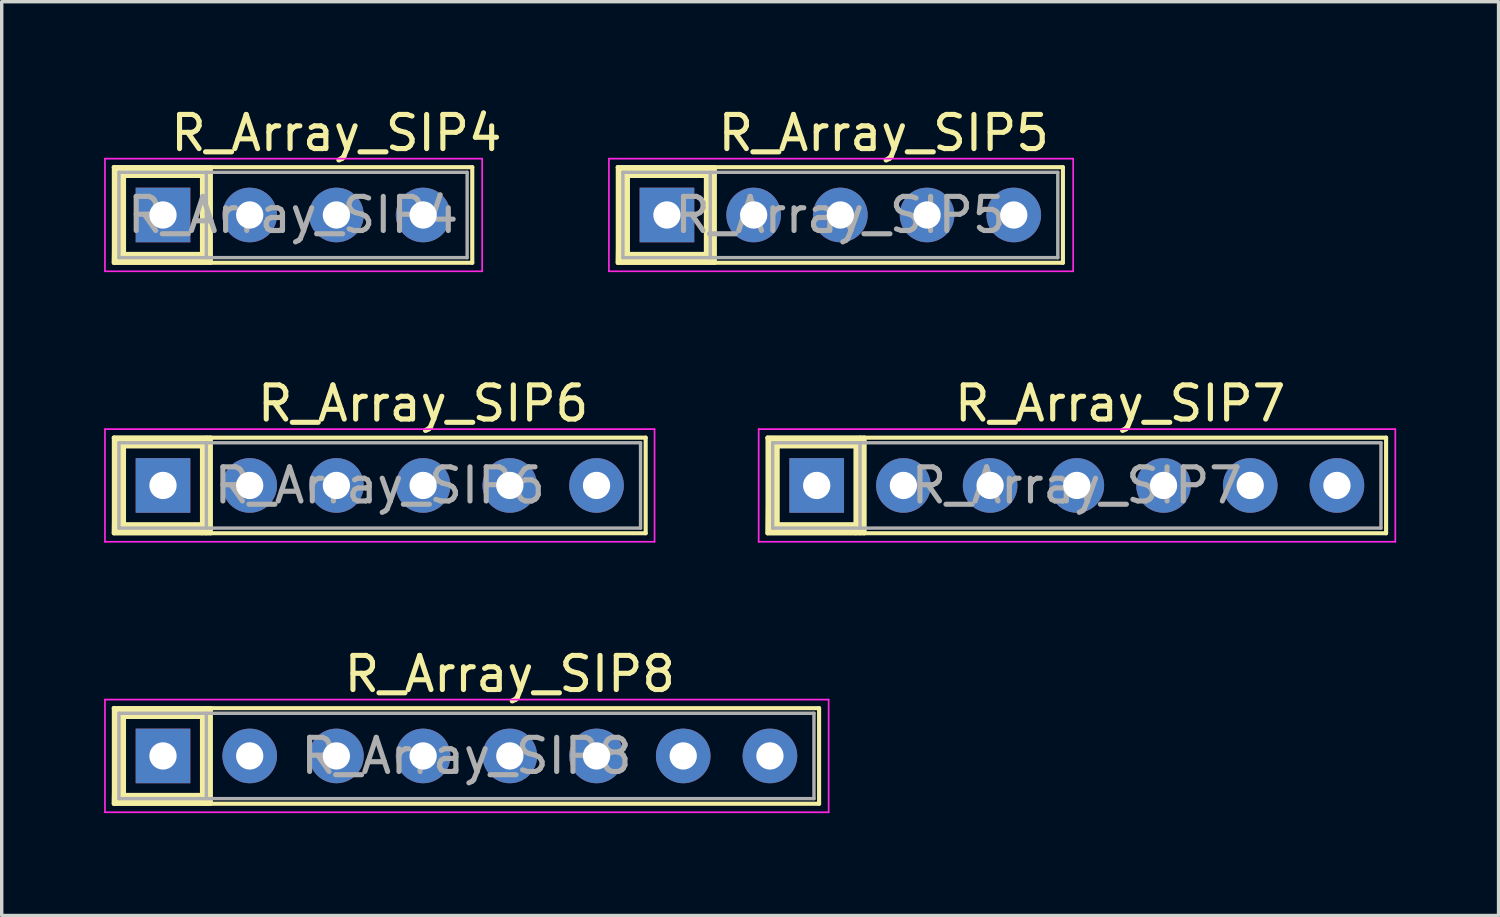
<source format=kicad_pcb>
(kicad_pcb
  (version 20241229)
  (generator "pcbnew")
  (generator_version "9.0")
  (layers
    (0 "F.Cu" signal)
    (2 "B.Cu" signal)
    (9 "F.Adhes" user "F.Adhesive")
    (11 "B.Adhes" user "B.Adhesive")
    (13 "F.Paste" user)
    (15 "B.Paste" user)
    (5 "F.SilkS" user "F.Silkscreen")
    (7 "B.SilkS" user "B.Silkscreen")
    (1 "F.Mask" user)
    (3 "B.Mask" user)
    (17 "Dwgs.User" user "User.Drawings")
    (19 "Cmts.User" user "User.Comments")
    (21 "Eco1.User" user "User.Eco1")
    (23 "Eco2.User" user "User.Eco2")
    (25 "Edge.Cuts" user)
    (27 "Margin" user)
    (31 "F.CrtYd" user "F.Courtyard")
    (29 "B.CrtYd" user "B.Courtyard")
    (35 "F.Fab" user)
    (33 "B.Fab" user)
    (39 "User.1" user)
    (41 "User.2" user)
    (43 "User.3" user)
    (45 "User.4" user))
  (footprint "R_Array_SIP6"
    (layer "F.Cu")
    (at 1.725 11.171)
    (property "Reference" "R_Array_SIP6" (at 7.62 -2.4 0) (layer "F.SilkS") (effects (font (size 1 1) (thickness 0.15))))
    (attr through_hole)
    (fp_line (start -1.44 -1.4) (end -1.44 1.4) (stroke (width 0.12) (type solid)) (layer "F.SilkS"))
    (fp_line (start -1.44 1.4) (end 14.14 1.4) (stroke (width 0.12) (type solid)) (layer "F.SilkS"))
    (fp_line (start 1.143 -1.143) (end 1.143 1.143) (stroke (width 0.12) (type solid)) (layer "F.SilkS"))
    (fp_line (start 1.143 1.143) (end -1.143 1.143) (stroke (width 0.12) (type solid)) (layer "F.SilkS"))
    (fp_line (start 1.27 -1.4) (end 1.27 1.4) (stroke (width 0.12) (type solid)) (layer "F.SilkS"))
    (fp_line (start 1.397 -1.4) (end 1.397 1.4) (stroke (width 0.12) (type solid)) (layer "F.SilkS"))
    (fp_line (start 14.14 -1.4) (end -1.44 -1.4) (stroke (width 0.12) (type solid)) (layer "F.SilkS"))
    (fp_line (start 14.14 1.4) (end 14.14 -1.4) (stroke (width 0.12) (type solid)) (layer "F.SilkS"))
    (fp_poly (pts (xy -1.143 1.143) (xy 1.143 1.143) (xy 1.143 1.4) (xy -1.44 1.4) (xy -1.397 -1.143) (xy -1.143 -1.143)) (stroke (width 0.12) (type solid)) (fill yes) (layer "F.SilkS"))
    (fp_poly (pts (xy 1.397 1.4) (xy 1.143 1.4) (xy 1.143 -1.143) (xy -1.397 -1.143) (xy -1.44 -1.4) (xy 1.397 -1.4)) (stroke (width 0.12) (type solid)) (fill yes) (layer "F.SilkS"))
    (fp_line (start -1.7 -1.65) (end -1.7 1.65) (stroke (width 0.05) (type solid)) (layer "F.CrtYd"))
    (fp_line (start -1.7 1.65) (end 14.4 1.65) (stroke (width 0.05) (type solid)) (layer "F.CrtYd"))
    (fp_line (start 14.4 -1.65) (end -1.7 -1.65) (stroke (width 0.05) (type solid)) (layer "F.CrtYd"))
    (fp_line (start 14.4 1.65) (end 14.4 -1.65) (stroke (width 0.05) (type solid)) (layer "F.CrtYd"))
    (fp_line (start -1.29 -1.25) (end -1.29 1.25) (stroke (width 0.1) (type solid)) (layer "F.Fab"))
    (fp_line (start -1.29 1.25) (end 13.99 1.25) (stroke (width 0.1) (type solid)) (layer "F.Fab"))
    (fp_line (start 1.27 -1.25) (end 1.27 1.25) (stroke (width 0.1) (type solid)) (layer "F.Fab"))
    (fp_line (start 13.99 -1.25) (end -1.29 -1.25) (stroke (width 0.1) (type solid)) (layer "F.Fab"))
    (fp_line (start 13.99 1.25) (end 13.99 -1.25) (stroke (width 0.1) (type solid)) (layer "F.Fab"))
    (fp_text user "${REFERENCE}" (at 6.35 0 0) (layer "F.Fab") (effects (font (size 1 1) (thickness 0.15))))
    (pad "1" thru_hole rect (at 0 0) (size 1.6 1.6) (drill 0.8) (layers "*.Cu" "*.Mask"))
    (pad "2" thru_hole oval (at 2.54 0) (size 1.6 1.6) (drill 0.8) (layers "*.Cu" "*.Mask"))
    (pad "3" thru_hole oval (at 5.08 0) (size 1.6 1.6) (drill 0.8) (layers "*.Cu" "*.Mask"))
    (pad "4" thru_hole oval (at 7.62 0) (size 1.6 1.6) (drill 0.8) (layers "*.Cu" "*.Mask"))
    (pad "5" thru_hole oval (at 10.16 0) (size 1.6 1.6) (drill 0.8) (layers "*.Cu" "*.Mask"))
    (pad "6" thru_hole oval (at 12.7 0) (size 1.6 1.6) (drill 0.8) (layers "*.Cu" "*.Mask")))
  (footprint "R_Array_SIP8"
    (layer "F.Cu")
    (at 1.725 19.095)
    (property "Reference" "R_Array_SIP8" (at 10.16 -2.4 0) (layer "F.SilkS") (effects (font (size 1 1) (thickness 0.15))))
    (attr through_hole)
    (fp_line (start -1.44 -1.4) (end -1.44 1.4) (stroke (width 0.12) (type solid)) (layer "F.SilkS"))
    (fp_line (start -1.44 1.4) (end 19.22 1.4) (stroke (width 0.12) (type solid)) (layer "F.SilkS"))
    (fp_line (start 1.143 -1.143) (end 1.143 1.143) (stroke (width 0.12) (type solid)) (layer "F.SilkS"))
    (fp_line (start 1.143 1.143) (end -1.143 1.143) (stroke (width 0.12) (type solid)) (layer "F.SilkS"))
    (fp_line (start 1.27 -1.4) (end 1.27 1.4) (stroke (width 0.12) (type solid)) (layer "F.SilkS"))
    (fp_line (start 1.397 -1.4) (end 1.397 1.4) (stroke (width 0.12) (type solid)) (layer "F.SilkS"))
    (fp_line (start 19.22 -1.4) (end -1.44 -1.4) (stroke (width 0.12) (type solid)) (layer "F.SilkS"))
    (fp_line (start 19.22 1.4) (end 19.22 -1.4) (stroke (width 0.12) (type solid)) (layer "F.SilkS"))
    (fp_poly (pts (xy -1.143 1.143) (xy 1.143 1.143) (xy 1.143 1.4) (xy -1.44 1.4) (xy -1.397 -1.143) (xy -1.143 -1.143)) (stroke (width 0.12) (type solid)) (fill yes) (layer "F.SilkS"))
    (fp_poly (pts (xy 1.397 1.4) (xy 1.143 1.4) (xy 1.143 -1.143) (xy -1.397 -1.143) (xy -1.44 -1.4) (xy 1.397 -1.4)) (stroke (width 0.12) (type solid)) (fill yes) (layer "F.SilkS"))
    (fp_line (start -1.7 -1.65) (end -1.7 1.65) (stroke (width 0.05) (type solid)) (layer "F.CrtYd"))
    (fp_line (start -1.7 1.65) (end 19.5 1.65) (stroke (width 0.05) (type solid)) (layer "F.CrtYd"))
    (fp_line (start 19.5 -1.65) (end -1.7 -1.65) (stroke (width 0.05) (type solid)) (layer "F.CrtYd"))
    (fp_line (start 19.5 1.65) (end 19.5 -1.65) (stroke (width 0.05) (type solid)) (layer "F.CrtYd"))
    (fp_line (start -1.29 -1.25) (end -1.29 1.25) (stroke (width 0.1) (type solid)) (layer "F.Fab"))
    (fp_line (start -1.29 1.25) (end 19.07 1.25) (stroke (width 0.1) (type solid)) (layer "F.Fab"))
    (fp_line (start 1.27 -1.25) (end 1.27 1.25) (stroke (width 0.1) (type solid)) (layer "F.Fab"))
    (fp_line (start 19.07 -1.25) (end -1.29 -1.25) (stroke (width 0.1) (type solid)) (layer "F.Fab"))
    (fp_line (start 19.07 1.25) (end 19.07 -1.25) (stroke (width 0.1) (type solid)) (layer "F.Fab"))
    (fp_text user "${REFERENCE}" (at 8.89 0 0) (layer "F.Fab") (effects (font (size 1 1) (thickness 0.15))))
    (pad "1" thru_hole rect (at 0 0) (size 1.6 1.6) (drill 0.8) (layers "*.Cu" "*.Mask"))
    (pad "2" thru_hole oval (at 2.54 0) (size 1.6 1.6) (drill 0.8) (layers "*.Cu" "*.Mask"))
    (pad "3" thru_hole oval (at 5.08 0) (size 1.6 1.6) (drill 0.8) (layers "*.Cu" "*.Mask"))
    (pad "4" thru_hole oval (at 7.62 0) (size 1.6 1.6) (drill 0.8) (layers "*.Cu" "*.Mask"))
    (pad "5" thru_hole oval (at 10.16 0) (size 1.6 1.6) (drill 0.8) (layers "*.Cu" "*.Mask"))
    (pad "6" thru_hole oval (at 12.7 0) (size 1.6 1.6) (drill 0.8) (layers "*.Cu" "*.Mask"))
    (pad "7" thru_hole oval (at 15.24 0) (size 1.6 1.6) (drill 0.8) (layers "*.Cu" "*.Mask"))
    (pad "8" thru_hole oval (at 17.78 0) (size 1.6 1.6) (drill 0.8) (layers "*.Cu" "*.Mask")))
  (footprint "R_Array_SIP7"
    (layer "F.Cu")
    (at 20.875 11.171)
    (property "Reference" "R_Array_SIP7" (at 8.89 -2.4 0) (layer "F.SilkS") (effects (font (size 1 1) (thickness 0.15))))
    (attr through_hole)
    (fp_line (start -1.44 -1.4) (end -1.44 1.4) (stroke (width 0.12) (type solid)) (layer "F.SilkS"))
    (fp_line (start -1.44 1.4) (end 16.68 1.4) (stroke (width 0.12) (type solid)) (layer "F.SilkS"))
    (fp_line (start 1.143 -1.143) (end 1.143 1.143) (stroke (width 0.12) (type solid)) (layer "F.SilkS"))
    (fp_line (start 1.143 1.143) (end -1.143 1.143) (stroke (width 0.12) (type solid)) (layer "F.SilkS"))
    (fp_line (start 1.27 -1.4) (end 1.27 1.4) (stroke (width 0.12) (type solid)) (layer "F.SilkS"))
    (fp_line (start 1.397 -1.4) (end 1.397 1.4) (stroke (width 0.12) (type solid)) (layer "F.SilkS"))
    (fp_line (start 16.68 -1.4) (end -1.44 -1.4) (stroke (width 0.12) (type solid)) (layer "F.SilkS"))
    (fp_line (start 16.68 1.4) (end 16.68 -1.4) (stroke (width 0.12) (type solid)) (layer "F.SilkS"))
    (fp_poly (pts (xy -1.143 1.143) (xy 1.143 1.143) (xy 1.143 1.4) (xy -1.44 1.4) (xy -1.397 -1.143) (xy -1.143 -1.143)) (stroke (width 0.12) (type solid)) (fill yes) (layer "F.SilkS"))
    (fp_poly (pts (xy 1.397 1.4) (xy 1.143 1.4) (xy 1.143 -1.143) (xy -1.397 -1.143) (xy -1.44 -1.4) (xy 1.397 -1.4)) (stroke (width 0.12) (type solid)) (fill yes) (layer "F.SilkS"))
    (fp_line (start -1.7 -1.65) (end -1.7 1.65) (stroke (width 0.05) (type solid)) (layer "F.CrtYd"))
    (fp_line (start -1.7 1.65) (end 16.95 1.65) (stroke (width 0.05) (type solid)) (layer "F.CrtYd"))
    (fp_line (start 16.95 -1.65) (end -1.7 -1.65) (stroke (width 0.05) (type solid)) (layer "F.CrtYd"))
    (fp_line (start 16.95 1.65) (end 16.95 -1.65) (stroke (width 0.05) (type solid)) (layer "F.CrtYd"))
    (fp_line (start -1.29 -1.25) (end -1.29 1.25) (stroke (width 0.1) (type solid)) (layer "F.Fab"))
    (fp_line (start -1.29 1.25) (end 16.53 1.25) (stroke (width 0.1) (type solid)) (layer "F.Fab"))
    (fp_line (start 1.27 -1.25) (end 1.27 1.25) (stroke (width 0.1) (type solid)) (layer "F.Fab"))
    (fp_line (start 16.53 -1.25) (end -1.29 -1.25) (stroke (width 0.1) (type solid)) (layer "F.Fab"))
    (fp_line (start 16.53 1.25) (end 16.53 -1.25) (stroke (width 0.1) (type solid)) (layer "F.Fab"))
    (fp_text user "${REFERENCE}" (at 7.62 0 0) (layer "F.Fab") (effects (font (size 1 1) (thickness 0.15))))
    (pad "1" thru_hole rect (at 0 0) (size 1.6 1.6) (drill 0.8) (layers "*.Cu" "*.Mask"))
    (pad "2" thru_hole oval (at 2.54 0) (size 1.6 1.6) (drill 0.8) (layers "*.Cu" "*.Mask"))
    (pad "3" thru_hole oval (at 5.08 0) (size 1.6 1.6) (drill 0.8) (layers "*.Cu" "*.Mask"))
    (pad "4" thru_hole oval (at 7.62 0) (size 1.6 1.6) (drill 0.8) (layers "*.Cu" "*.Mask"))
    (pad "5" thru_hole oval (at 10.16 0) (size 1.6 1.6) (drill 0.8) (layers "*.Cu" "*.Mask"))
    (pad "6" thru_hole oval (at 12.7 0) (size 1.6 1.6) (drill 0.8) (layers "*.Cu" "*.Mask"))
    (pad "7" thru_hole oval (at 15.24 0) (size 1.6 1.6) (drill 0.8) (layers "*.Cu" "*.Mask")))
  (footprint "R_Array_SIP4"
    (layer "F.Cu")
    (at 1.725 3.248)
    (property "Reference" "R_Array_SIP4" (at 5.08 -2.4 0) (layer "F.SilkS") (effects (font (size 1 1) (thickness 0.15))))
    (attr through_hole)
    (fp_line (start -1.44 -1.4) (end -1.44 1.4) (stroke (width 0.12) (type solid)) (layer "F.SilkS"))
    (fp_line (start -1.44 1.4) (end 9.06 1.4) (stroke (width 0.12) (type solid)) (layer "F.SilkS"))
    (fp_line (start -1.143 -1.143) (end 1.016 -1.143) (stroke (width 0.12) (type solid)) (layer "F.SilkS"))
    (fp_line (start -1.143 1.143) (end -1.143 -1.143) (stroke (width 0.12) (type solid)) (layer "F.SilkS"))
    (fp_line (start 1.016 -1.143) (end 1.143 -1.143) (stroke (width 0.12) (type solid)) (layer "F.SilkS"))
    (fp_line (start 1.143 -1.143) (end 1.143 1.143) (stroke (width 0.12) (type solid)) (layer "F.SilkS"))
    (fp_line (start 1.143 1.143) (end -1.143 1.143) (stroke (width 0.12) (type solid)) (layer "F.SilkS"))
    (fp_line (start 1.397 -1.4) (end 1.397 1.4) (stroke (width 0.12) (type solid)) (layer "F.SilkS"))
    (fp_line (start 9.06 -1.4) (end -1.44 -1.4) (stroke (width 0.12) (type solid)) (layer "F.SilkS"))
    (fp_line (start 9.06 1.4) (end 9.06 -1.4) (stroke (width 0.12) (type solid)) (layer "F.SilkS"))
    (fp_poly (pts (xy -1.143 1.143) (xy 1.143 1.143) (xy 1.143 1.4) (xy -1.44 1.4) (xy -1.397 -1.143) (xy -1.143 -1.143)) (stroke (width 0.12) (type solid)) (fill yes) (layer "F.SilkS"))
    (fp_poly (pts (xy 1.397 1.4) (xy 1.143 1.4) (xy 1.143 -1.143) (xy -1.397 -1.143) (xy -1.44 -1.4) (xy 1.397 -1.4)) (stroke (width 0.12) (type solid)) (fill yes) (layer "F.SilkS"))
    (fp_line (start -1.7 -1.65) (end -1.7 1.65) (stroke (width 0.05) (type solid)) (layer "F.CrtYd"))
    (fp_line (start -1.7 1.65) (end 9.35 1.65) (stroke (width 0.05) (type solid)) (layer "F.CrtYd"))
    (fp_line (start 9.35 -1.65) (end -1.7 -1.65) (stroke (width 0.05) (type solid)) (layer "F.CrtYd"))
    (fp_line (start 9.35 1.65) (end 9.35 -1.65) (stroke (width 0.05) (type solid)) (layer "F.CrtYd"))
    (fp_line (start -1.29 -1.25) (end -1.29 1.25) (stroke (width 0.1) (type solid)) (layer "F.Fab"))
    (fp_line (start -1.29 1.25) (end 8.91 1.25) (stroke (width 0.1) (type solid)) (layer "F.Fab"))
    (fp_line (start 1.27 -1.25) (end 1.27 1.25) (stroke (width 0.1) (type solid)) (layer "F.Fab"))
    (fp_line (start 8.91 -1.25) (end -1.29 -1.25) (stroke (width 0.1) (type solid)) (layer "F.Fab"))
    (fp_line (start 8.91 1.25) (end 8.91 -1.25) (stroke (width 0.1) (type solid)) (layer "F.Fab"))
    (fp_text user "${REFERENCE}" (at 3.81 0 0) (layer "F.Fab") (effects (font (size 1 1) (thickness 0.15))))
    (pad "1" thru_hole rect (at 0 0) (size 1.6 1.6) (drill 0.8) (layers "*.Cu" "*.Mask"))
    (pad "2" thru_hole oval (at 2.54 0) (size 1.6 1.6) (drill 0.8) (layers "*.Cu" "*.Mask"))
    (pad "3" thru_hole oval (at 5.08 0) (size 1.6 1.6) (drill 0.8) (layers "*.Cu" "*.Mask"))
    (pad "4" thru_hole oval (at 7.62 0) (size 1.6 1.6) (drill 0.8) (layers "*.Cu" "*.Mask")))
  (footprint "R_Array_SIP5"
    (layer "F.Cu")
    (at 16.488 3.248)
    (property "Reference" "R_Array_SIP5" (at 6.35 -2.4 0) (layer "F.SilkS") (effects (font (size 1 1) (thickness 0.15))))
    (attr through_hole)
    (fp_line (start -1.44 -1.4) (end -1.44 1.4) (stroke (width 0.12) (type solid)) (layer "F.SilkS"))
    (fp_line (start -1.44 1.4) (end 11.6 1.4) (stroke (width 0.12) (type solid)) (layer "F.SilkS"))
    (fp_line (start 1.143 -1.143) (end 1.143 1.143) (stroke (width 0.12) (type solid)) (layer "F.SilkS"))
    (fp_line (start 1.143 1.143) (end -1.143 1.143) (stroke (width 0.12) (type solid)) (layer "F.SilkS"))
    (fp_line (start 1.27 -1.4) (end 1.27 1.4) (stroke (width 0.12) (type solid)) (layer "F.SilkS"))
    (fp_line (start 1.397 -1.4) (end 1.397 1.4) (stroke (width 0.12) (type solid)) (layer "F.SilkS"))
    (fp_line (start 11.6 -1.4) (end -1.44 -1.4) (stroke (width 0.12) (type solid)) (layer "F.SilkS"))
    (fp_line (start 11.6 1.4) (end 11.6 -1.4) (stroke (width 0.12) (type solid)) (layer "F.SilkS"))
    (fp_poly (pts (xy -1.143 1.143) (xy 1.143 1.143) (xy 1.143 1.4) (xy -1.44 1.4) (xy -1.397 -1.143) (xy -1.143 -1.143)) (stroke (width 0.12) (type solid)) (fill yes) (layer "F.SilkS"))
    (fp_poly (pts (xy 1.397 1.4) (xy 1.143 1.4) (xy 1.143 -1.143) (xy -1.397 -1.143) (xy -1.44 -1.4) (xy 1.397 -1.4)) (stroke (width 0.12) (type solid)) (fill yes) (layer "F.SilkS"))
    (fp_line (start -1.7 -1.65) (end -1.7 1.65) (stroke (width 0.05) (type solid)) (layer "F.CrtYd"))
    (fp_line (start -1.7 1.65) (end 11.9 1.65) (stroke (width 0.05) (type solid)) (layer "F.CrtYd"))
    (fp_line (start 11.9 -1.65) (end -1.7 -1.65) (stroke (width 0.05) (type solid)) (layer "F.CrtYd"))
    (fp_line (start 11.9 1.65) (end 11.9 -1.65) (stroke (width 0.05) (type solid)) (layer "F.CrtYd"))
    (fp_line (start -1.29 -1.25) (end -1.29 1.25) (stroke (width 0.1) (type solid)) (layer "F.Fab"))
    (fp_line (start -1.29 1.25) (end 11.45 1.25) (stroke (width 0.1) (type solid)) (layer "F.Fab"))
    (fp_line (start 1.27 -1.25) (end 1.27 1.25) (stroke (width 0.1) (type solid)) (layer "F.Fab"))
    (fp_line (start 11.45 -1.25) (end -1.29 -1.25) (stroke (width 0.1) (type solid)) (layer "F.Fab"))
    (fp_line (start 11.45 1.25) (end 11.45 -1.25) (stroke (width 0.1) (type solid)) (layer "F.Fab"))
    (fp_text user "${REFERENCE}" (at 5.08 0 0) (layer "F.Fab") (effects (font (size 1 1) (thickness 0.15))))
    (pad "1" thru_hole rect (at 0 0) (size 1.6 1.6) (drill 0.8) (layers "*.Cu" "*.Mask"))
    (pad "2" thru_hole oval (at 2.54 0) (size 1.6 1.6) (drill 0.8) (layers "*.Cu" "*.Mask"))
    (pad "3" thru_hole oval (at 5.08 0) (size 1.6 1.6) (drill 0.8) (layers "*.Cu" "*.Mask"))
    (pad "4" thru_hole oval (at 7.62 0) (size 1.6 1.6) (drill 0.8) (layers "*.Cu" "*.Mask"))
    (pad "5" thru_hole oval (at 10.16 0) (size 1.6 1.6) (drill 0.8) (layers "*.Cu" "*.Mask")))
  (gr_rect
    (start -3 -3)
    (end 40.85 23.77)
    (stroke (width 0.1) (type default))
    (fill no)
    (layer "Edge.Cuts")))
</source>
